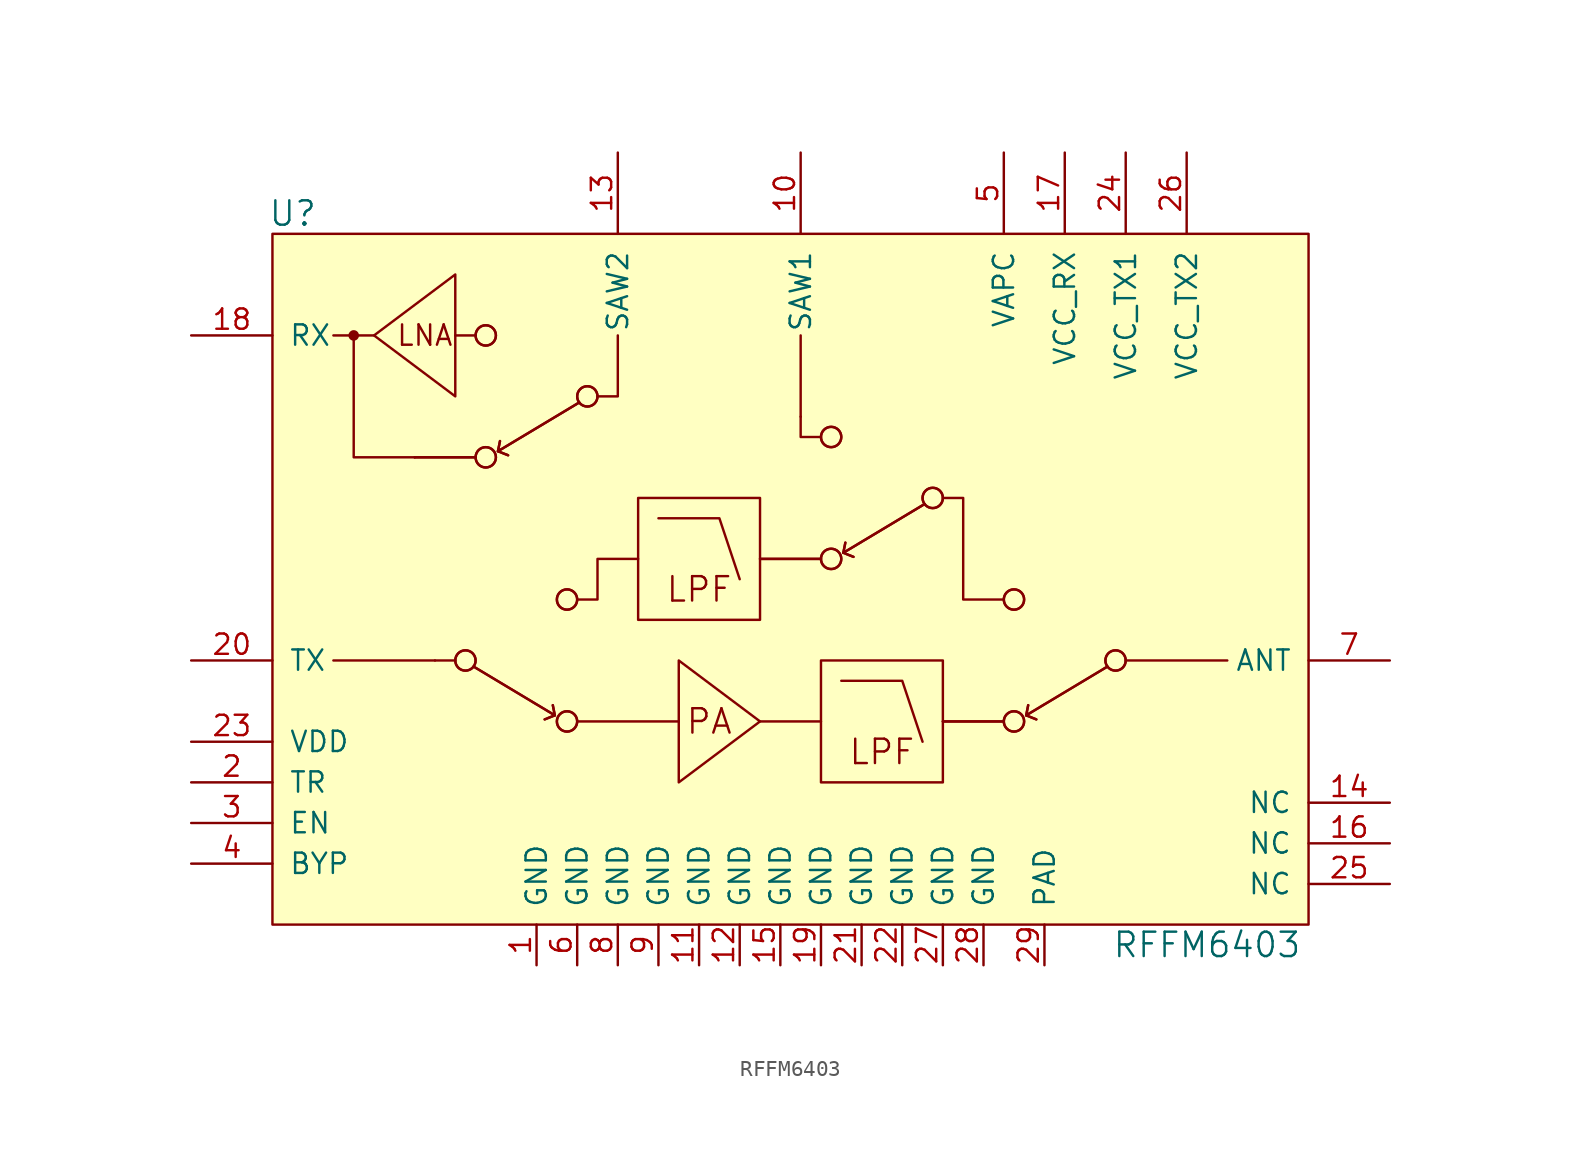
<source format=kicad_sym>
(kicad_symbol_lib
  (version 20220914)
  (generator kicad_symbol_editor)
  (symbol "RFFM6403"
    (pin_names
      (offset 1.016))
    (property "Reference" "U"
      (at -30.48 22.86 0)
      (effects (font (size 1.524 1.524))))
    (property "Value" "RFFM6403"
      (at 26.67 -22.86 0)
      (effects (font (size 1.524 1.524))))
    (symbol "RFFM6403_0_0"
      (rectangle (start -31.75 21.59) (end 33.02 -21.59) (stroke (width 0) (type solid)) (fill (type background)))
      (circle (center -26.67 15.24) (radius 0.254) (stroke (width 0) (type solid)) (fill (type outline)))
      (polyline (pts (xy -25.4 15.24) (xy -27.94 15.24)) (stroke (width 0) (type solid)) (fill (type none)))
      (polyline (pts (xy -22.86 7.62) (xy -19.05 7.62)) (stroke (width 0) (type solid)) (fill (type none)))
      (polyline (pts (xy -22.86 7.62) (xy -19.05 7.62)) (stroke (width 0) (type solid)) (fill (type none)))
      (polyline (pts (xy -21.59 -5.08) (xy -27.94 -5.08)) (stroke (width 0) (type solid)) (fill (type none)))
      (polyline (pts (xy -20.32 15.24) (xy -19.05 15.24)) (stroke (width 0) (type solid)) (fill (type none)))
      (polyline (pts (xy -1.27 -8.89) (xy 2.54 -8.89)) (stroke (width 0) (type solid)) (fill (type none)))
      (polyline (pts (xy -1.27 1.27) (xy 2.54 1.27)) (stroke (width 0) (type solid)) (fill (type none)))
      (polyline (pts (xy -1.27 1.27) (xy 2.54 1.27)) (stroke (width 0) (type solid)) (fill (type none)))
      (polyline (pts (xy 1.27 10.16) (xy 1.27 15.24)) (stroke (width 0) (type solid)) (fill (type none)))
      (polyline (pts (xy 10.16 -8.89) (xy 13.97 -8.89)) (stroke (width 0) (type solid)) (fill (type none)))
      (polyline (pts (xy 10.16 -8.89) (xy 13.97 -8.89)) (stroke (width 0) (type solid)) (fill (type none)))
      (polyline (pts (xy -22.86 7.62) (xy -26.67 7.62) (xy -26.67 15.24)) (stroke (width 0) (type solid)) (fill (type none)))
      (polyline (pts (xy -11.43 11.43) (xy -10.16 11.43) (xy -10.16 15.24)) (stroke (width 0) (type solid)) (fill (type none)))
      (polyline (pts (xy 2.54 8.89) (xy 1.27 8.89) (xy 1.27 10.16)) (stroke (width 0) (type solid)) (fill (type none)))
      (text "LNA" (at -22.225 15.24 0) (effects (font (size 1.27 1.27))))
      (text "LPF" (at -5.08 -0.635 0) (effects (font (size 1.524 1.524))))
      (text "LPF" (at 6.35 -10.795 0) (effects (font (size 1.524 1.524))))
      (text "PA" (at -4.445 -8.89 0) (effects (font (size 1.524 1.524)))))
    (symbol "RFFM6403_0_1"
      (circle (center -19.685 -5.08) (radius 0.635) (stroke (width 0) (type solid)) (fill (type none)))
      (circle (center -19.685 -5.08) (radius 0.635) (stroke (width 0) (type solid)) (fill (type none)))
      (circle (center -18.415 7.62) (radius 0.635) (stroke (width 0) (type solid)) (fill (type none)))
      (circle (center -18.415 7.62) (radius 0.635) (stroke (width 0) (type solid)) (fill (type none)))
      (circle (center -18.415 15.24) (radius 0.635) (stroke (width 0) (type solid)) (fill (type none)))
      (circle (center -18.415 15.24) (radius 0.635) (stroke (width 0) (type solid)) (fill (type none)))
      (circle (center -13.335 -8.89) (radius 0.635) (stroke (width 0) (type solid)) (fill (type none)))
      (circle (center -13.335 -8.89) (radius 0.635) (stroke (width 0) (type solid)) (fill (type none)))
      (circle (center -13.335 -1.27) (radius 0.635) (stroke (width 0) (type solid)) (fill (type none)))
      (circle (center -13.335 -1.27) (radius 0.635) (stroke (width 0) (type solid)) (fill (type none)))
      (circle (center -12.065 11.43) (radius 0.635) (stroke (width 0) (type solid)) (fill (type none)))
      (circle (center -12.065 11.43) (radius 0.635) (stroke (width 0) (type solid)) (fill (type none)))
      (rectangle (start -8.89 5.08) (end -1.27 -2.54) (stroke (width 0) (type solid)) (fill (type none)))
      (polyline (pts (xy -20.32 -5.08) (xy -21.59 -5.08)) (stroke (width 0) (type solid)) (fill (type none)))
      (polyline (pts (xy -17.653 8.001) (xy -17.018 7.747)) (stroke (width 0) (type solid)) (fill (type none)))
      (polyline (pts (xy -17.653 8.001) (xy -17.018 7.747)) (stroke (width 0) (type solid)) (fill (type none)))
      (polyline (pts (xy -14.097 -8.509) (xy -14.732 -8.763)) (stroke (width 0) (type solid)) (fill (type none)))
      (polyline (pts (xy -14.097 -8.509) (xy -14.732 -8.763)) (stroke (width 0) (type solid)) (fill (type none)))
      (polyline (pts (xy -12.7 -8.89) (xy -6.35 -8.89)) (stroke (width 0) (type solid)) (fill (type none)))
      (polyline (pts (xy 3.937 1.651) (xy 4.572 1.397)) (stroke (width 0) (type solid)) (fill (type none)))
      (polyline (pts (xy 3.937 1.651) (xy 4.572 1.397)) (stroke (width 0) (type solid)) (fill (type none)))
      (polyline (pts (xy 15.367 -8.509) (xy 16.002 -8.763)) (stroke (width 0) (type solid)) (fill (type none)))
      (polyline (pts (xy 15.367 -8.509) (xy 16.002 -8.763)) (stroke (width 0) (type solid)) (fill (type none)))
      (polyline (pts (xy 21.59 -5.08) (xy 27.94 -5.08)) (stroke (width 0) (type solid)) (fill (type none)))
      (polyline (pts (xy -19.177 -5.461) (xy -14.097 -8.509) (xy -14.224 -7.874)) (stroke (width 0) (type solid)) (fill (type none)))
      (polyline (pts (xy -19.177 -5.461) (xy -14.097 -8.509) (xy -14.224 -7.874)) (stroke (width 0) (type solid)) (fill (type none)))
      (polyline (pts (xy -12.573 11.049) (xy -17.653 8.001) (xy -17.526 8.636)) (stroke (width 0) (type solid)) (fill (type none)))
      (polyline (pts (xy -12.573 11.049) (xy -17.653 8.001) (xy -17.526 8.636)) (stroke (width 0) (type solid)) (fill (type none)))
      (polyline (pts (xy -7.62 3.81) (xy -3.81 3.81) (xy -2.54 0)) (stroke (width 0) (type solid)) (fill (type none)))
      (polyline (pts (xy 3.81 -6.35) (xy 7.62 -6.35) (xy 8.89 -10.16)) (stroke (width 0) (type solid)) (fill (type none)))
      (polyline (pts (xy 9.017 4.699) (xy 3.937 1.651) (xy 4.064 2.286)) (stroke (width 0) (type solid)) (fill (type none)))
      (polyline (pts (xy 9.017 4.699) (xy 3.937 1.651) (xy 4.064 2.286)) (stroke (width 0) (type solid)) (fill (type none)))
      (polyline (pts (xy 20.447 -5.461) (xy 15.367 -8.509) (xy 15.494 -7.874)) (stroke (width 0) (type solid)) (fill (type none)))
      (polyline (pts (xy 20.447 -5.461) (xy 15.367 -8.509) (xy 15.494 -7.874)) (stroke (width 0) (type solid)) (fill (type none)))
      (polyline (pts (xy -20.32 11.43) (xy -20.32 19.05) (xy -25.4 15.24) (xy -20.32 11.43)) (stroke (width 0) (type solid)) (fill (type none)))
      (polyline (pts (xy -12.7 -1.27) (xy -11.43 -1.27) (xy -11.43 1.27) (xy -8.89 1.27)) (stroke (width 0) (type solid)) (fill (type none)))
      (polyline (pts (xy -6.35 -12.7) (xy -6.35 -5.08) (xy -1.27 -8.89) (xy -6.35 -12.7)) (stroke (width 0) (type solid)) (fill (type none)))
      (polyline (pts (xy 13.97 -1.27) (xy 11.43 -1.27) (xy 11.43 5.08) (xy 10.16 5.08)) (stroke (width 0) (type solid)) (fill (type none)))
      (rectangle (start 2.54 -5.08) (end 10.16 -12.7) (stroke (width 0) (type solid)) (fill (type none)))
      (circle (center 3.175 1.27) (radius 0.635) (stroke (width 0) (type solid)) (fill (type none)))
      (circle (center 3.175 1.27) (radius 0.635) (stroke (width 0) (type solid)) (fill (type none)))
      (circle (center 3.175 8.89) (radius 0.635) (stroke (width 0) (type solid)) (fill (type none)))
      (circle (center 3.175 8.89) (radius 0.635) (stroke (width 0) (type solid)) (fill (type none)))
      (circle (center 9.525 5.08) (radius 0.635) (stroke (width 0) (type solid)) (fill (type none)))
      (circle (center 9.525 5.08) (radius 0.635) (stroke (width 0) (type solid)) (fill (type none)))
      (circle (center 14.605 -8.89) (radius 0.635) (stroke (width 0) (type solid)) (fill (type none)))
      (circle (center 14.605 -8.89) (radius 0.635) (stroke (width 0) (type solid)) (fill (type none)))
      (circle (center 14.605 -1.27) (radius 0.635) (stroke (width 0) (type solid)) (fill (type none)))
      (circle (center 14.605 -1.27) (radius 0.635) (stroke (width 0) (type solid)) (fill (type none)))
      (circle (center 20.955 -5.08) (radius 0.635) (stroke (width 0) (type solid)) (fill (type none)))
      (circle (center 20.955 -5.08) (radius 0.635) (stroke (width 0) (type solid)) (fill (type none))))
    (symbol "RFFM6403_1_1"
      (pin passive line (at -15.24 -24.13 90) (length 2.54) (name "GND" (effects (font (size 1.27 1.27)))) (number "1" (effects (font (size 1.27 1.27)))))
      (pin passive line (at 1.27 26.67 270) (length 5.08) (name "SAW1" (effects (font (size 1.27 1.27)))) (number "10" (effects (font (size 1.27 1.27)))))
      (pin passive line (at -5.08 -24.13 90) (length 2.54) (name "GND" (effects (font (size 1.27 1.27)))) (number "11" (effects (font (size 1.27 1.27)))))
      (pin passive line (at -2.54 -24.13 90) (length 2.54) (name "GND" (effects (font (size 1.27 1.27)))) (number "12" (effects (font (size 1.27 1.27)))))
      (pin passive line (at -10.16 26.67 270) (length 5.08) (name "SAW2" (effects (font (size 1.27 1.27)))) (number "13" (effects (font (size 1.27 1.27)))))
      (pin passive line (at 38.1 -13.97 180) (length 5.08) (name "NC" (effects (font (size 1.27 1.27)))) (number "14" (effects (font (size 1.27 1.27)))))
      (pin passive line (at 0 -24.13 90) (length 2.54) (name "GND" (effects (font (size 1.27 1.27)))) (number "15" (effects (font (size 1.27 1.27)))))
      (pin passive line (at 38.1 -16.51 180) (length 5.08) (name "NC" (effects (font (size 1.27 1.27)))) (number "16" (effects (font (size 1.27 1.27)))))
      (pin passive line (at 17.78 26.67 270) (length 5.08) (name "VCC_RX" (effects (font (size 1.27 1.27)))) (number "17" (effects (font (size 1.27 1.27)))))
      (pin passive line (at -36.83 15.24 0) (length 5.08) (name "RX" (effects (font (size 1.27 1.27)))) (number "18" (effects (font (size 1.27 1.27)))))
      (pin passive line (at 2.54 -24.13 90) (length 2.54) (name "GND" (effects (font (size 1.27 1.27)))) (number "19" (effects (font (size 1.27 1.27)))))
      (pin passive line (at -36.83 -12.7 0) (length 5.08) (name "TR" (effects (font (size 1.27 1.27)))) (number "2" (effects (font (size 1.27 1.27)))))
      (pin passive line (at -36.83 -5.08 0) (length 5.08) (name "TX" (effects (font (size 1.27 1.27)))) (number "20" (effects (font (size 1.27 1.27)))))
      (pin passive line (at 5.08 -24.13 90) (length 2.54) (name "GND" (effects (font (size 1.27 1.27)))) (number "21" (effects (font (size 1.27 1.27)))))
      (pin passive line (at 7.62 -24.13 90) (length 2.54) (name "GND" (effects (font (size 1.27 1.27)))) (number "22" (effects (font (size 1.27 1.27)))))
      (pin passive line (at -36.83 -10.16 0) (length 5.08) (name "VDD" (effects (font (size 1.27 1.27)))) (number "23" (effects (font (size 1.27 1.27)))))
      (pin passive line (at 21.59 26.67 270) (length 5.08) (name "VCC_TX1" (effects (font (size 1.27 1.27)))) (number "24" (effects (font (size 1.27 1.27)))))
      (pin passive line (at 38.1 -19.05 180) (length 5.08) (name "NC" (effects (font (size 1.27 1.27)))) (number "25" (effects (font (size 1.27 1.27)))))
      (pin passive line (at 25.4 26.67 270) (length 5.08) (name "VCC_TX2" (effects (font (size 1.27 1.27)))) (number "26" (effects (font (size 1.27 1.27)))))
      (pin passive line (at 10.16 -24.13 90) (length 2.54) (name "GND" (effects (font (size 1.27 1.27)))) (number "27" (effects (font (size 1.27 1.27)))))
      (pin passive line (at 12.7 -24.13 90) (length 2.54) (name "GND" (effects (font (size 1.27 1.27)))) (number "28" (effects (font (size 1.27 1.27)))))
      (pin passive line (at 16.51 -24.13 90) (length 2.54) (name "PAD" (effects (font (size 1.27 1.27)))) (number "29" (effects (font (size 1.27 1.27)))))
      (pin passive line (at -36.83 -15.24 0) (length 5.08) (name "EN" (effects (font (size 1.27 1.27)))) (number "3" (effects (font (size 1.27 1.27)))))
      (pin passive line (at -36.83 -17.78 0) (length 5.08) (name "BYP" (effects (font (size 1.27 1.27)))) (number "4" (effects (font (size 1.27 1.27)))))
      (pin passive line (at 13.97 26.67 270) (length 5.08) (name "VAPC" (effects (font (size 1.27 1.27)))) (number "5" (effects (font (size 1.27 1.27)))))
      (pin passive line (at -12.7 -24.13 90) (length 2.54) (name "GND" (effects (font (size 1.27 1.27)))) (number "6" (effects (font (size 1.27 1.27)))))
      (pin passive line (at 38.1 -5.08 180) (length 5.08) (name "ANT" (effects (font (size 1.27 1.27)))) (number "7" (effects (font (size 1.27 1.27)))))
      (pin passive line (at -10.16 -24.13 90) (length 2.54) (name "GND" (effects (font (size 1.27 1.27)))) (number "8" (effects (font (size 1.27 1.27)))))
      (pin passive line (at -7.62 -24.13 90) (length 2.54) (name "GND" (effects (font (size 1.27 1.27)))) (number "9" (effects (font (size 1.27 1.27))))))))
</source>
